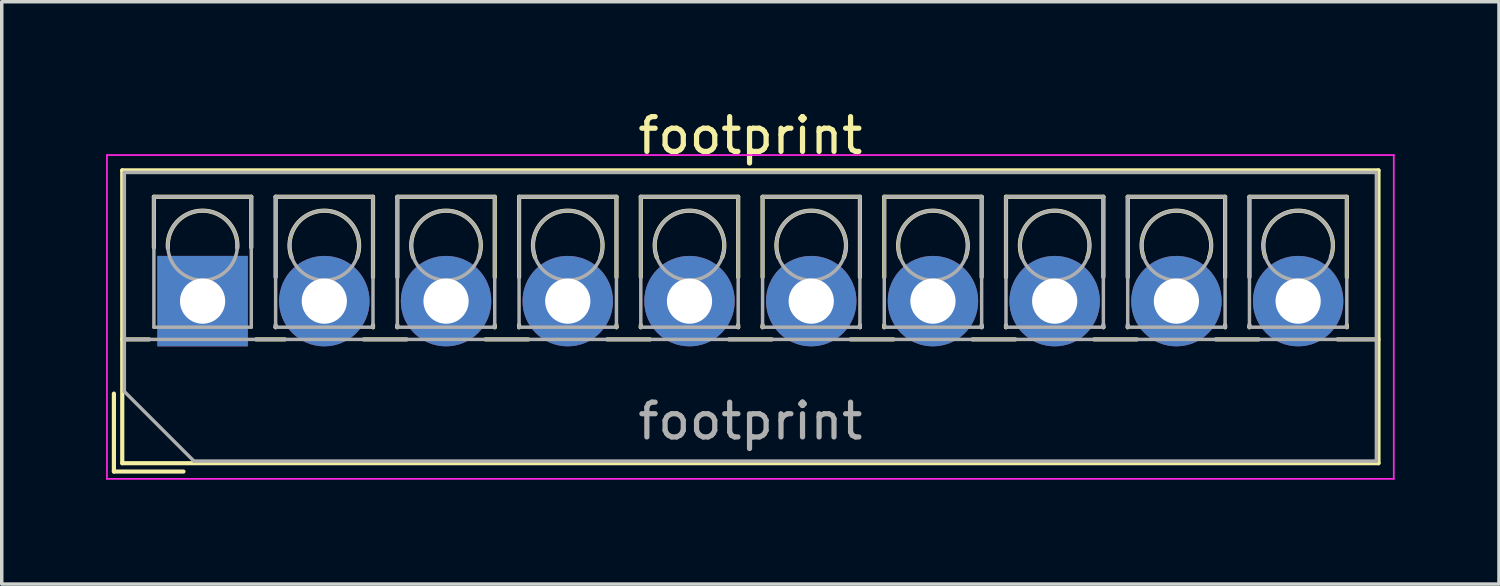
<source format=kicad_pcb>
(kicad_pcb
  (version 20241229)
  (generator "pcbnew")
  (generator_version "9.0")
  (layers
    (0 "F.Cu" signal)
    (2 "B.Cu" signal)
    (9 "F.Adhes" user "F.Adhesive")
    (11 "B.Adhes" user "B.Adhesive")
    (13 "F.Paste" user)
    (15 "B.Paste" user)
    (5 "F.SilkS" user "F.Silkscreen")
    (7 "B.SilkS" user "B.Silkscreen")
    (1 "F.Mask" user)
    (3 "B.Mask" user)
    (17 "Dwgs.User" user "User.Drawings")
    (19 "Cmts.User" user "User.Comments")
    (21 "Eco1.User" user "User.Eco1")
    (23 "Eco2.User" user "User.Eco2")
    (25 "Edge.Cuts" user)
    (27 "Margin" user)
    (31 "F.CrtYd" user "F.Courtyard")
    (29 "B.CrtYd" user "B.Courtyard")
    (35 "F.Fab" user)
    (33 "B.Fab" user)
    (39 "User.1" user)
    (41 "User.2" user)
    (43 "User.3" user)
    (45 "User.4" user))
  (footprint "footprint"
    (layer "F.Cu")
    (at 2.775 5.608)
    (property "Reference" "footprint" (at 15.75 -4.76 0) (layer "F.SilkS") (effects (font (size 1 1) (thickness 0.15))))
    (attr through_hole)
    (fp_line (start -2.55 2.66) (end -2.55 4.9) (stroke (width 0.12) (type solid)) (layer "F.SilkS"))
    (fp_line (start -2.55 4.9) (end -0.55 4.9) (stroke (width 0.12) (type solid)) (layer "F.SilkS"))
    (fp_line (start -2.31 -3.76) (end -2.31 4.66) (stroke (width 0.12) (type solid)) (layer "F.SilkS"))
    (fp_line (start -2.31 -3.76) (end 33.81 -3.76) (stroke (width 0.12) (type solid)) (layer "F.SilkS"))
    (fp_line (start -2.31 1.101) (end -1.54 1.101) (stroke (width 0.12) (type solid)) (layer "F.SilkS"))
    (fp_line (start -2.31 4.66) (end 33.81 4.66) (stroke (width 0.12) (type solid)) (layer "F.SilkS"))
    (fp_line (start -1.4 -3) (end -1.4 -1.54) (stroke (width 0.12) (type solid)) (layer "F.SilkS"))
    (fp_line (start -1.4 -3) (end 1.4 -3) (stroke (width 0.12) (type solid)) (layer "F.SilkS"))
    (fp_line (start 1.4 -3) (end 1.4 -1.54) (stroke (width 0.12) (type solid)) (layer "F.SilkS"))
    (fp_line (start 1.54 1.101) (end 2.367 1.101) (stroke (width 0.12) (type solid)) (layer "F.SilkS"))
    (fp_line (start 2.1 -3) (end 2.1 -0.689) (stroke (width 0.12) (type solid)) (layer "F.SilkS"))
    (fp_line (start 2.1 -3) (end 4.9 -3) (stroke (width 0.12) (type solid)) (layer "F.SilkS"))
    (fp_line (start 2.1 0.689) (end 2.1 0.75) (stroke (width 0.12) (type solid)) (layer "F.SilkS"))
    (fp_line (start 2.1 0.75) (end 2.101 0.75) (stroke (width 0.12) (type solid)) (layer "F.SilkS"))
    (fp_line (start 4.634 1.101) (end 5.867 1.101) (stroke (width 0.12) (type solid)) (layer "F.SilkS"))
    (fp_line (start 4.9 -3) (end 4.9 -0.689) (stroke (width 0.12) (type solid)) (layer "F.SilkS"))
    (fp_line (start 4.9 0.689) (end 4.9 0.75) (stroke (width 0.12) (type solid)) (layer "F.SilkS"))
    (fp_line (start 4.9 0.75) (end 4.9 0.75) (stroke (width 0.12) (type solid)) (layer "F.SilkS"))
    (fp_line (start 5.6 -3) (end 5.6 -0.689) (stroke (width 0.12) (type solid)) (layer "F.SilkS"))
    (fp_line (start 5.6 -3) (end 8.4 -3) (stroke (width 0.12) (type solid)) (layer "F.SilkS"))
    (fp_line (start 5.6 0.689) (end 5.6 0.75) (stroke (width 0.12) (type solid)) (layer "F.SilkS"))
    (fp_line (start 5.6 0.75) (end 5.601 0.75) (stroke (width 0.12) (type solid)) (layer "F.SilkS"))
    (fp_line (start 8.134 1.101) (end 9.367 1.101) (stroke (width 0.12) (type solid)) (layer "F.SilkS"))
    (fp_line (start 8.4 -3) (end 8.4 -0.689) (stroke (width 0.12) (type solid)) (layer "F.SilkS"))
    (fp_line (start 8.4 0.689) (end 8.4 0.75) (stroke (width 0.12) (type solid)) (layer "F.SilkS"))
    (fp_line (start 8.4 0.75) (end 8.4 0.75) (stroke (width 0.12) (type solid)) (layer "F.SilkS"))
    (fp_line (start 9.1 -3) (end 9.1 -0.689) (stroke (width 0.12) (type solid)) (layer "F.SilkS"))
    (fp_line (start 9.1 -3) (end 11.9 -3) (stroke (width 0.12) (type solid)) (layer "F.SilkS"))
    (fp_line (start 9.1 0.689) (end 9.1 0.75) (stroke (width 0.12) (type solid)) (layer "F.SilkS"))
    (fp_line (start 9.1 0.75) (end 9.101 0.75) (stroke (width 0.12) (type solid)) (layer "F.SilkS"))
    (fp_line (start 11.634 1.101) (end 12.867 1.101) (stroke (width 0.12) (type solid)) (layer "F.SilkS"))
    (fp_line (start 11.9 -3) (end 11.9 -0.689) (stroke (width 0.12) (type solid)) (layer "F.SilkS"))
    (fp_line (start 11.9 0.689) (end 11.9 0.75) (stroke (width 0.12) (type solid)) (layer "F.SilkS"))
    (fp_line (start 11.9 0.75) (end 11.9 0.75) (stroke (width 0.12) (type solid)) (layer "F.SilkS"))
    (fp_line (start 12.6 -3) (end 12.6 -0.689) (stroke (width 0.12) (type solid)) (layer "F.SilkS"))
    (fp_line (start 12.6 -3) (end 15.4 -3) (stroke (width 0.12) (type solid)) (layer "F.SilkS"))
    (fp_line (start 12.6 0.689) (end 12.6 0.75) (stroke (width 0.12) (type solid)) (layer "F.SilkS"))
    (fp_line (start 12.6 0.75) (end 12.601 0.75) (stroke (width 0.12) (type solid)) (layer "F.SilkS"))
    (fp_line (start 15.134 1.101) (end 16.367 1.101) (stroke (width 0.12) (type solid)) (layer "F.SilkS"))
    (fp_line (start 15.4 -3) (end 15.4 -0.689) (stroke (width 0.12) (type solid)) (layer "F.SilkS"))
    (fp_line (start 15.4 0.689) (end 15.4 0.75) (stroke (width 0.12) (type solid)) (layer "F.SilkS"))
    (fp_line (start 15.4 0.75) (end 15.4 0.75) (stroke (width 0.12) (type solid)) (layer "F.SilkS"))
    (fp_line (start 16.101 -3) (end 16.101 -0.689) (stroke (width 0.12) (type solid)) (layer "F.SilkS"))
    (fp_line (start 16.101 -3) (end 18.9 -3) (stroke (width 0.12) (type solid)) (layer "F.SilkS"))
    (fp_line (start 16.101 0.689) (end 16.101 0.75) (stroke (width 0.12) (type solid)) (layer "F.SilkS"))
    (fp_line (start 16.101 0.75) (end 16.101 0.75) (stroke (width 0.12) (type solid)) (layer "F.SilkS"))
    (fp_line (start 18.634 1.101) (end 19.867 1.101) (stroke (width 0.12) (type solid)) (layer "F.SilkS"))
    (fp_line (start 18.9 -3) (end 18.9 -0.689) (stroke (width 0.12) (type solid)) (layer "F.SilkS"))
    (fp_line (start 18.9 0.689) (end 18.9 0.75) (stroke (width 0.12) (type solid)) (layer "F.SilkS"))
    (fp_line (start 18.9 0.75) (end 18.9 0.75) (stroke (width 0.12) (type solid)) (layer "F.SilkS"))
    (fp_line (start 19.6 -3) (end 19.6 -0.689) (stroke (width 0.12) (type solid)) (layer "F.SilkS"))
    (fp_line (start 19.6 -3) (end 22.4 -3) (stroke (width 0.12) (type solid)) (layer "F.SilkS"))
    (fp_line (start 19.6 0.689) (end 19.6 0.75) (stroke (width 0.12) (type solid)) (layer "F.SilkS"))
    (fp_line (start 19.6 0.75) (end 19.601 0.75) (stroke (width 0.12) (type solid)) (layer "F.SilkS"))
    (fp_line (start 22.134 1.101) (end 23.367 1.101) (stroke (width 0.12) (type solid)) (layer "F.SilkS"))
    (fp_line (start 22.4 -3) (end 22.4 -0.689) (stroke (width 0.12) (type solid)) (layer "F.SilkS"))
    (fp_line (start 22.4 0.689) (end 22.4 0.75) (stroke (width 0.12) (type solid)) (layer "F.SilkS"))
    (fp_line (start 22.4 0.75) (end 22.4 0.75) (stroke (width 0.12) (type solid)) (layer "F.SilkS"))
    (fp_line (start 23.1 -3) (end 23.1 -0.689) (stroke (width 0.12) (type solid)) (layer "F.SilkS"))
    (fp_line (start 23.1 -3) (end 25.9 -3) (stroke (width 0.12) (type solid)) (layer "F.SilkS"))
    (fp_line (start 23.1 0.689) (end 23.1 0.75) (stroke (width 0.12) (type solid)) (layer "F.SilkS"))
    (fp_line (start 23.1 0.75) (end 23.101 0.75) (stroke (width 0.12) (type solid)) (layer "F.SilkS"))
    (fp_line (start 25.634 1.101) (end 26.867 1.101) (stroke (width 0.12) (type solid)) (layer "F.SilkS"))
    (fp_line (start 25.9 -3) (end 25.9 -0.689) (stroke (width 0.12) (type solid)) (layer "F.SilkS"))
    (fp_line (start 25.9 0.689) (end 25.9 0.75) (stroke (width 0.12) (type solid)) (layer "F.SilkS"))
    (fp_line (start 25.9 0.75) (end 25.9 0.75) (stroke (width 0.12) (type solid)) (layer "F.SilkS"))
    (fp_line (start 26.6 -3) (end 26.6 -0.689) (stroke (width 0.12) (type solid)) (layer "F.SilkS"))
    (fp_line (start 26.6 -3) (end 29.4 -3) (stroke (width 0.12) (type solid)) (layer "F.SilkS"))
    (fp_line (start 26.6 0.689) (end 26.6 0.75) (stroke (width 0.12) (type solid)) (layer "F.SilkS"))
    (fp_line (start 26.6 0.75) (end 26.601 0.75) (stroke (width 0.12) (type solid)) (layer "F.SilkS"))
    (fp_line (start 29.134 1.101) (end 30.367 1.101) (stroke (width 0.12) (type solid)) (layer "F.SilkS"))
    (fp_line (start 29.4 -3) (end 29.4 -0.689) (stroke (width 0.12) (type solid)) (layer "F.SilkS"))
    (fp_line (start 29.4 0.689) (end 29.4 0.75) (stroke (width 0.12) (type solid)) (layer "F.SilkS"))
    (fp_line (start 29.4 0.75) (end 29.4 0.75) (stroke (width 0.12) (type solid)) (layer "F.SilkS"))
    (fp_line (start 30.1 -3) (end 30.1 -0.689) (stroke (width 0.12) (type solid)) (layer "F.SilkS"))
    (fp_line (start 30.1 -3) (end 32.9 -3) (stroke (width 0.12) (type solid)) (layer "F.SilkS"))
    (fp_line (start 30.1 0.689) (end 30.1 0.75) (stroke (width 0.12) (type solid)) (layer "F.SilkS"))
    (fp_line (start 30.1 0.75) (end 30.101 0.75) (stroke (width 0.12) (type solid)) (layer "F.SilkS"))
    (fp_line (start 32.634 1.101) (end 33.81 1.101) (stroke (width 0.12) (type solid)) (layer "F.SilkS"))
    (fp_line (start 32.9 -3) (end 32.9 -0.689) (stroke (width 0.12) (type solid)) (layer "F.SilkS"))
    (fp_line (start 32.9 0.689) (end 32.9 0.75) (stroke (width 0.12) (type solid)) (layer "F.SilkS"))
    (fp_line (start 32.9 0.75) (end 32.9 0.75) (stroke (width 0.12) (type solid)) (layer "F.SilkS"))
    (fp_line (start 33.81 -3.76) (end 33.81 4.66) (stroke (width 0.12) (type solid)) (layer "F.SilkS"))
    (fp_arc (start -0.99789 -1.529434) (mid -0.000785 -2.600382) (end 0.998 -1.531) (stroke (width 0.12) (type solid)) (layer "F.SilkS"))
    (fp_arc (start 2.560085 -1.257767) (mid 3.499876 -2.600282) (end 4.44 -1.258) (stroke (width 0.12) (type solid)) (layer "F.SilkS"))
    (fp_arc (start 6.060085 -1.257767) (mid 6.999876 -2.600282) (end 7.94 -1.258) (stroke (width 0.12) (type solid)) (layer "F.SilkS"))
    (fp_arc (start 9.560085 -1.257767) (mid 10.499876 -2.600282) (end 11.44 -1.258) (stroke (width 0.12) (type solid)) (layer "F.SilkS"))
    (fp_arc (start 13.060085 -1.257767) (mid 13.999876 -2.600282) (end 14.94 -1.258) (stroke (width 0.12) (type solid)) (layer "F.SilkS"))
    (fp_arc (start 16.560085 -1.257767) (mid 17.499876 -2.600282) (end 18.44 -1.258) (stroke (width 0.12) (type solid)) (layer "F.SilkS"))
    (fp_arc (start 20.060085 -1.257767) (mid 20.999876 -2.600282) (end 21.94 -1.258) (stroke (width 0.12) (type solid)) (layer "F.SilkS"))
    (fp_arc (start 23.560085 -1.257767) (mid 24.499876 -2.600282) (end 25.44 -1.258) (stroke (width 0.12) (type solid)) (layer "F.SilkS"))
    (fp_arc (start 27.060085 -1.257767) (mid 27.999876 -2.600282) (end 28.94 -1.258) (stroke (width 0.12) (type solid)) (layer "F.SilkS"))
    (fp_arc (start 30.560085 -1.257767) (mid 31.499876 -2.600282) (end 32.44 -1.258) (stroke (width 0.12) (type solid)) (layer "F.SilkS"))
    (fp_line (start -2.75 -4.2) (end -2.75 5.11) (stroke (width 0.05) (type solid)) (layer "F.CrtYd"))
    (fp_line (start -2.75 5.11) (end 34.25 5.11) (stroke (width 0.05) (type solid)) (layer "F.CrtYd"))
    (fp_line (start 34.25 -4.2) (end -2.75 -4.2) (stroke (width 0.05) (type solid)) (layer "F.CrtYd"))
    (fp_line (start 34.25 5.11) (end 34.25 -4.2) (stroke (width 0.05) (type solid)) (layer "F.CrtYd"))
    (fp_line (start -2.25 -3.7) (end 33.75 -3.7) (stroke (width 0.1) (type solid)) (layer "F.Fab"))
    (fp_line (start -2.25 1.1) (end 33.75 1.1) (stroke (width 0.1) (type solid)) (layer "F.Fab"))
    (fp_line (start -2.25 2.6) (end -2.25 -3.7) (stroke (width 0.1) (type solid)) (layer "F.Fab"))
    (fp_line (start -1.4 -3) (end -1.4 0.75) (stroke (width 0.1) (type solid)) (layer "F.Fab"))
    (fp_line (start -1.4 0.75) (end 1.4 0.75) (stroke (width 0.1) (type solid)) (layer "F.Fab"))
    (fp_line (start -0.25 4.6) (end -2.25 2.6) (stroke (width 0.1) (type solid)) (layer "F.Fab"))
    (fp_line (start 1.4 -3) (end -1.4 -3) (stroke (width 0.1) (type solid)) (layer "F.Fab"))
    (fp_line (start 1.4 0.75) (end 1.4 -3) (stroke (width 0.1) (type solid)) (layer "F.Fab"))
    (fp_line (start 2.1 -3) (end 2.1 0.75) (stroke (width 0.1) (type solid)) (layer "F.Fab"))
    (fp_line (start 2.1 0.75) (end 4.9 0.75) (stroke (width 0.1) (type solid)) (layer "F.Fab"))
    (fp_line (start 4.9 -3) (end 2.1 -3) (stroke (width 0.1) (type solid)) (layer "F.Fab"))
    (fp_line (start 4.9 0.75) (end 4.9 -3) (stroke (width 0.1) (type solid)) (layer "F.Fab"))
    (fp_line (start 5.6 -3) (end 5.6 0.75) (stroke (width 0.1) (type solid)) (layer "F.Fab"))
    (fp_line (start 5.6 0.75) (end 8.4 0.75) (stroke (width 0.1) (type solid)) (layer "F.Fab"))
    (fp_line (start 8.4 -3) (end 5.6 -3) (stroke (width 0.1) (type solid)) (layer "F.Fab"))
    (fp_line (start 8.4 0.75) (end 8.4 -3) (stroke (width 0.1) (type solid)) (layer "F.Fab"))
    (fp_line (start 9.1 -3) (end 9.1 0.75) (stroke (width 0.1) (type solid)) (layer "F.Fab"))
    (fp_line (start 9.1 0.75) (end 11.9 0.75) (stroke (width 0.1) (type solid)) (layer "F.Fab"))
    (fp_line (start 11.9 -3) (end 9.1 -3) (stroke (width 0.1) (type solid)) (layer "F.Fab"))
    (fp_line (start 11.9 0.75) (end 11.9 -3) (stroke (width 0.1) (type solid)) (layer "F.Fab"))
    (fp_line (start 12.6 -3) (end 12.6 0.75) (stroke (width 0.1) (type solid)) (layer "F.Fab"))
    (fp_line (start 12.6 0.75) (end 15.4 0.75) (stroke (width 0.1) (type solid)) (layer "F.Fab"))
    (fp_line (start 15.4 -3) (end 12.6 -3) (stroke (width 0.1) (type solid)) (layer "F.Fab"))
    (fp_line (start 15.4 0.75) (end 15.4 -3) (stroke (width 0.1) (type solid)) (layer "F.Fab"))
    (fp_line (start 16.101 -3) (end 16.101 0.75) (stroke (width 0.1) (type solid)) (layer "F.Fab"))
    (fp_line (start 16.101 0.75) (end 18.9 0.75) (stroke (width 0.1) (type solid)) (layer "F.Fab"))
    (fp_line (start 18.9 -3) (end 16.101 -3) (stroke (width 0.1) (type solid)) (layer "F.Fab"))
    (fp_line (start 18.9 0.75) (end 18.9 -3) (stroke (width 0.1) (type solid)) (layer "F.Fab"))
    (fp_line (start 19.6 -3) (end 19.6 0.75) (stroke (width 0.1) (type solid)) (layer "F.Fab"))
    (fp_line (start 19.6 0.75) (end 22.4 0.75) (stroke (width 0.1) (type solid)) (layer "F.Fab"))
    (fp_line (start 22.4 -3) (end 19.6 -3) (stroke (width 0.1) (type solid)) (layer "F.Fab"))
    (fp_line (start 22.4 0.75) (end 22.4 -3) (stroke (width 0.1) (type solid)) (layer "F.Fab"))
    (fp_line (start 23.1 -3) (end 23.1 0.75) (stroke (width 0.1) (type solid)) (layer "F.Fab"))
    (fp_line (start 23.1 0.75) (end 25.9 0.75) (stroke (width 0.1) (type solid)) (layer "F.Fab"))
    (fp_line (start 25.9 -3) (end 23.1 -3) (stroke (width 0.1) (type solid)) (layer "F.Fab"))
    (fp_line (start 25.9 0.75) (end 25.9 -3) (stroke (width 0.1) (type solid)) (layer "F.Fab"))
    (fp_line (start 26.6 -3) (end 26.6 0.75) (stroke (width 0.1) (type solid)) (layer "F.Fab"))
    (fp_line (start 26.6 0.75) (end 29.4 0.75) (stroke (width 0.1) (type solid)) (layer "F.Fab"))
    (fp_line (start 29.4 -3) (end 26.6 -3) (stroke (width 0.1) (type solid)) (layer "F.Fab"))
    (fp_line (start 29.4 0.75) (end 29.4 -3) (stroke (width 0.1) (type solid)) (layer "F.Fab"))
    (fp_line (start 30.1 -3) (end 30.1 0.75) (stroke (width 0.1) (type solid)) (layer "F.Fab"))
    (fp_line (start 30.1 0.75) (end 32.9 0.75) (stroke (width 0.1) (type solid)) (layer "F.Fab"))
    (fp_line (start 32.9 -3) (end 30.1 -3) (stroke (width 0.1) (type solid)) (layer "F.Fab"))
    (fp_line (start 32.9 0.75) (end 32.9 -3) (stroke (width 0.1) (type solid)) (layer "F.Fab"))
    (fp_line (start 33.75 -3.7) (end 33.75 4.6) (stroke (width 0.1) (type solid)) (layer "F.Fab"))
    (fp_line (start 33.75 4.6) (end -0.25 4.6) (stroke (width 0.1) (type solid)) (layer "F.Fab"))
    (fp_circle (center 0 -1.6) (end 1 -1.6) (stroke (width 0.1) (type solid)) (fill no) (layer "F.Fab"))
    (fp_circle (center 3.5 -1.6) (end 4.5 -1.6) (stroke (width 0.1) (type solid)) (fill no) (layer "F.Fab"))
    (fp_circle (center 7 -1.6) (end 8 -1.6) (stroke (width 0.1) (type solid)) (fill no) (layer "F.Fab"))
    (fp_circle (center 10.5 -1.6) (end 11.5 -1.6) (stroke (width 0.1) (type solid)) (fill no) (layer "F.Fab"))
    (fp_circle (center 14 -1.6) (end 15 -1.6) (stroke (width 0.1) (type solid)) (fill no) (layer "F.Fab"))
    (fp_circle (center 17.5 -1.6) (end 18.5 -1.6) (stroke (width 0.1) (type solid)) (fill no) (layer "F.Fab"))
    (fp_circle (center 21 -1.6) (end 22 -1.6) (stroke (width 0.1) (type solid)) (fill no) (layer "F.Fab"))
    (fp_circle (center 24.5 -1.6) (end 25.5 -1.6) (stroke (width 0.1) (type solid)) (fill no) (layer "F.Fab"))
    (fp_circle (center 28 -1.6) (end 29 -1.6) (stroke (width 0.1) (type solid)) (fill no) (layer "F.Fab"))
    (fp_circle (center 31.5 -1.6) (end 32.5 -1.6) (stroke (width 0.1) (type solid)) (fill no) (layer "F.Fab"))
    (fp_text user "${REFERENCE}" (at 15.75 3.45 0) (layer "F.Fab") (effects (font (size 1 1) (thickness 0.15))))
    (pad "1" thru_hole rect (at 0 0) (size 2.6 2.6) (drill 1.3) (layers "*.Cu" "*.Mask"))
    (pad "2" thru_hole circle (at 3.5 0) (size 2.6 2.6) (drill 1.3) (layers "*.Cu" "*.Mask"))
    (pad "3" thru_hole circle (at 7 0) (size 2.6 2.6) (drill 1.3) (layers "*.Cu" "*.Mask"))
    (pad "4" thru_hole circle (at 10.5 0) (size 2.6 2.6) (drill 1.3) (layers "*.Cu" "*.Mask"))
    (pad "5" thru_hole circle (at 14 0) (size 2.6 2.6) (drill 1.3) (layers "*.Cu" "*.Mask"))
    (pad "6" thru_hole circle (at 17.5 0) (size 2.6 2.6) (drill 1.3) (layers "*.Cu" "*.Mask"))
    (pad "7" thru_hole circle (at 21 0) (size 2.6 2.6) (drill 1.3) (layers "*.Cu" "*.Mask"))
    (pad "8" thru_hole circle (at 24.5 0) (size 2.6 2.6) (drill 1.3) (layers "*.Cu" "*.Mask"))
    (pad "9" thru_hole circle (at 28 0) (size 2.6 2.6) (drill 1.3) (layers "*.Cu" "*.Mask"))
    (pad "10" thru_hole circle (at 31.5 0) (size 2.6 2.6) (drill 1.3) (layers "*.Cu" "*.Mask")))
  (gr_rect
    (start -3 -3)
    (end 40.05 13.743)
    (stroke (width 0.1) (type default))
    (fill no)
    (layer "Edge.Cuts")))
</source>
